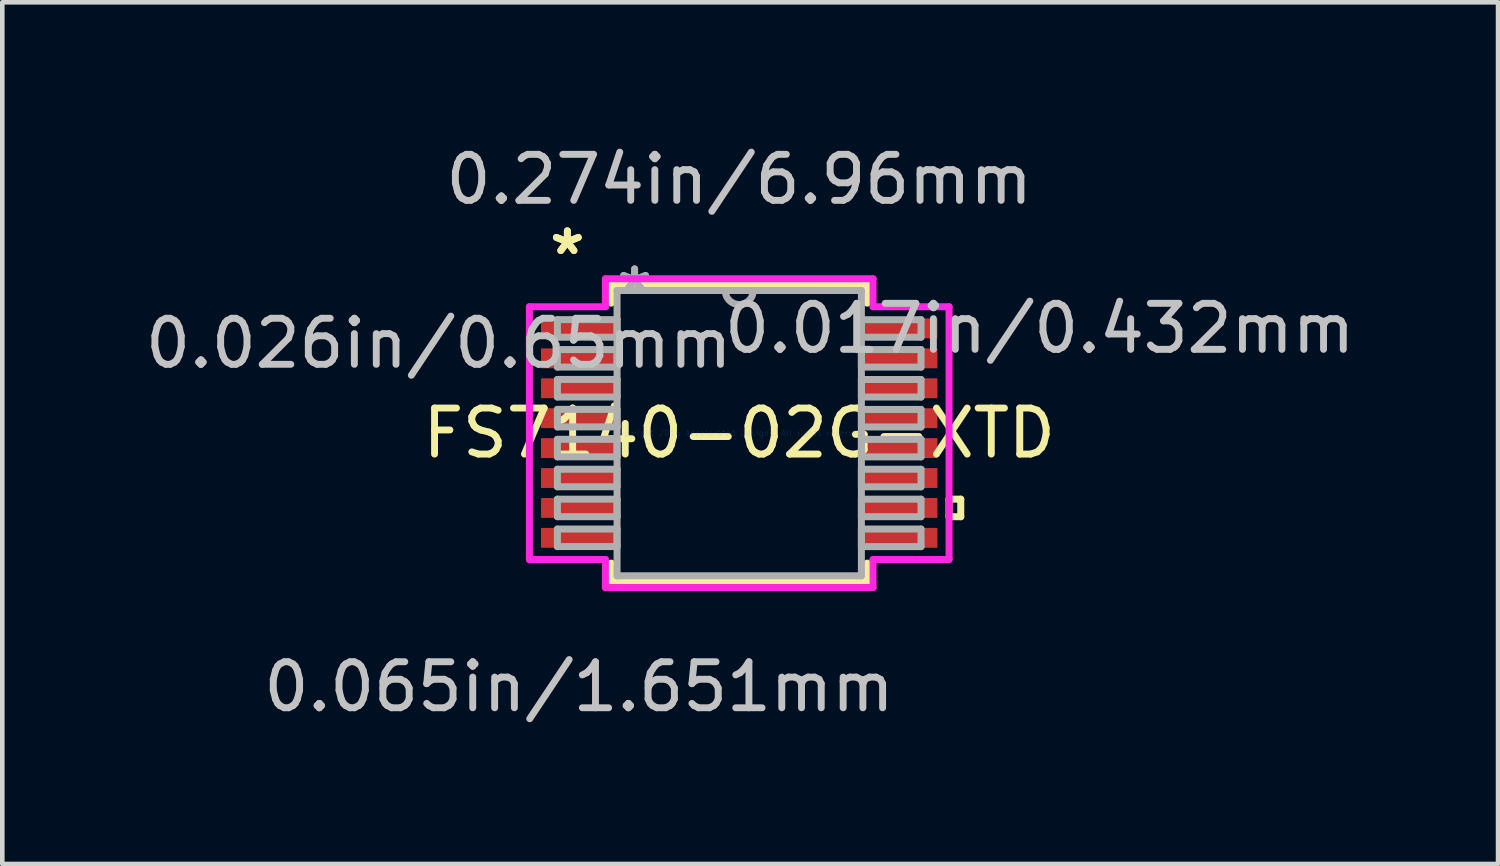
<source format=kicad_pcb>
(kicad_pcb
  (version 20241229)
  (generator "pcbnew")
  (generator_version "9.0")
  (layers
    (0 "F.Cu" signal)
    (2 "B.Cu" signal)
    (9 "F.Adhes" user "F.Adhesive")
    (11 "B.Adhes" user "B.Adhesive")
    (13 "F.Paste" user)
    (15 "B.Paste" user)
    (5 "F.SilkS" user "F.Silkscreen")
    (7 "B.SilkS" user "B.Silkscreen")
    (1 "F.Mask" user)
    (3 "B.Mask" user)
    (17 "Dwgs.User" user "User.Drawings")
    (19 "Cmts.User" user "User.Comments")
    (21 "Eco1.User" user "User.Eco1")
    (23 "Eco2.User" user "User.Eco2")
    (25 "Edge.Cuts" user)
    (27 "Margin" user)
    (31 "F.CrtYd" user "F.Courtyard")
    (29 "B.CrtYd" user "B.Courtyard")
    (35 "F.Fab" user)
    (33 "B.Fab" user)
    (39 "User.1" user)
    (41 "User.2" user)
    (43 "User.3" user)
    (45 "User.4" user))
  (footprint "FS7140-02G-XTD"
    (layer "F.Cu")
    (at 13.01 6.36)
    (property "Reference" "FS7140-02G-XTD" (at 0 0 0) (layer "F.SilkS") (effects (font (size 1 1) (thickness 0.15))))
    (attr through_hole)
    (fp_line (start -2.781 -3.226) (end -2.781 -2.824) (stroke (width 0.152) (type solid)) (layer "F.SilkS"))
    (fp_line (start -2.781 2.824) (end -2.781 3.226) (stroke (width 0.152) (type solid)) (layer "F.SilkS"))
    (fp_line (start -2.781 3.226) (end 2.781 3.226) (stroke (width 0.152) (type solid)) (layer "F.SilkS"))
    (fp_line (start 2.781 -3.226) (end -2.781 -3.226) (stroke (width 0.152) (type solid)) (layer "F.SilkS"))
    (fp_line (start 2.781 -2.824) (end 2.781 -3.226) (stroke (width 0.152) (type solid)) (layer "F.SilkS"))
    (fp_line (start 2.781 3.226) (end 2.781 2.824) (stroke (width 0.152) (type solid)) (layer "F.SilkS"))
    (fp_line (start 4.559 1.435) (end 4.813 1.435) (stroke (width 0.152) (type solid)) (layer "F.SilkS"))
    (fp_line (start 4.559 1.816) (end 4.559 1.435) (stroke (width 0.152) (type solid)) (layer "F.SilkS"))
    (fp_line (start 4.813 1.435) (end 4.813 1.816) (stroke (width 0.152) (type solid)) (layer "F.SilkS"))
    (fp_line (start 4.813 1.816) (end 4.559 1.816) (stroke (width 0.152) (type solid)) (layer "F.SilkS"))
    (fp_line (start -4.559 -2.745) (end -2.908 -2.745) (stroke (width 0.152) (type solid)) (layer "F.CrtYd"))
    (fp_line (start -4.559 2.745) (end -4.559 -2.745) (stroke (width 0.152) (type solid)) (layer "F.CrtYd"))
    (fp_line (start -2.908 -3.353) (end 2.908 -3.353) (stroke (width 0.152) (type solid)) (layer "F.CrtYd"))
    (fp_line (start -2.908 -2.745) (end -2.908 -3.353) (stroke (width 0.152) (type solid)) (layer "F.CrtYd"))
    (fp_line (start -2.908 2.745) (end -4.559 2.745) (stroke (width 0.152) (type solid)) (layer "F.CrtYd"))
    (fp_line (start -2.908 3.353) (end -2.908 2.745) (stroke (width 0.152) (type solid)) (layer "F.CrtYd"))
    (fp_line (start 2.908 -3.353) (end 2.908 -2.745) (stroke (width 0.152) (type solid)) (layer "F.CrtYd"))
    (fp_line (start 2.908 -2.745) (end 4.559 -2.745) (stroke (width 0.152) (type solid)) (layer "F.CrtYd"))
    (fp_line (start 2.908 2.745) (end 2.908 3.353) (stroke (width 0.152) (type solid)) (layer "F.CrtYd"))
    (fp_line (start 2.908 3.353) (end -2.908 3.353) (stroke (width 0.152) (type solid)) (layer "F.CrtYd"))
    (fp_line (start 4.559 -2.745) (end 4.559 2.745) (stroke (width 0.152) (type solid)) (layer "F.CrtYd"))
    (fp_line (start 4.559 2.745) (end 2.908 2.745) (stroke (width 0.152) (type solid)) (layer "F.CrtYd"))
    (fp_line (start -3.95 -2.466) (end -3.95 -2.084) (stroke (width 0.152) (type solid)) (layer "F.Fab"))
    (fp_line (start -3.95 -2.084) (end -2.654 -2.084) (stroke (width 0.152) (type solid)) (layer "F.Fab"))
    (fp_line (start -3.95 -1.816) (end -3.95 -1.435) (stroke (width 0.152) (type solid)) (layer "F.Fab"))
    (fp_line (start -3.95 -1.435) (end -2.654 -1.435) (stroke (width 0.152) (type solid)) (layer "F.Fab"))
    (fp_line (start -3.95 -1.166) (end -3.95 -0.785) (stroke (width 0.152) (type solid)) (layer "F.Fab"))
    (fp_line (start -3.95 -0.785) (end -2.654 -0.785) (stroke (width 0.152) (type solid)) (layer "F.Fab"))
    (fp_line (start -3.95 -0.516) (end -3.95 -0.135) (stroke (width 0.152) (type solid)) (layer "F.Fab"))
    (fp_line (start -3.95 -0.135) (end -2.654 -0.135) (stroke (width 0.152) (type solid)) (layer "F.Fab"))
    (fp_line (start -3.95 0.134) (end -3.95 0.515) (stroke (width 0.152) (type solid)) (layer "F.Fab"))
    (fp_line (start -3.95 0.515) (end -2.654 0.515) (stroke (width 0.152) (type solid)) (layer "F.Fab"))
    (fp_line (start -3.95 0.784) (end -3.95 1.165) (stroke (width 0.152) (type solid)) (layer "F.Fab"))
    (fp_line (start -3.95 1.165) (end -2.654 1.165) (stroke (width 0.152) (type solid)) (layer "F.Fab"))
    (fp_line (start -3.95 1.434) (end -3.95 1.815) (stroke (width 0.152) (type solid)) (layer "F.Fab"))
    (fp_line (start -3.95 1.815) (end -2.654 1.815) (stroke (width 0.152) (type solid)) (layer "F.Fab"))
    (fp_line (start -3.95 2.084) (end -3.95 2.465) (stroke (width 0.152) (type solid)) (layer "F.Fab"))
    (fp_line (start -3.95 2.465) (end -2.654 2.465) (stroke (width 0.152) (type solid)) (layer "F.Fab"))
    (fp_line (start -2.654 -3.099) (end -2.654 3.099) (stroke (width 0.152) (type solid)) (layer "F.Fab"))
    (fp_line (start -2.654 -2.466) (end -3.95 -2.466) (stroke (width 0.152) (type solid)) (layer "F.Fab"))
    (fp_line (start -2.654 -2.084) (end -2.654 -2.466) (stroke (width 0.152) (type solid)) (layer "F.Fab"))
    (fp_line (start -2.654 -1.816) (end -3.95 -1.816) (stroke (width 0.152) (type solid)) (layer "F.Fab"))
    (fp_line (start -2.654 -1.435) (end -2.654 -1.816) (stroke (width 0.152) (type solid)) (layer "F.Fab"))
    (fp_line (start -2.654 -1.166) (end -3.95 -1.166) (stroke (width 0.152) (type solid)) (layer "F.Fab"))
    (fp_line (start -2.654 -0.785) (end -2.654 -1.166) (stroke (width 0.152) (type solid)) (layer "F.Fab"))
    (fp_line (start -2.654 -0.516) (end -3.95 -0.516) (stroke (width 0.152) (type solid)) (layer "F.Fab"))
    (fp_line (start -2.654 -0.135) (end -2.654 -0.516) (stroke (width 0.152) (type solid)) (layer "F.Fab"))
    (fp_line (start -2.654 0.134) (end -3.95 0.134) (stroke (width 0.152) (type solid)) (layer "F.Fab"))
    (fp_line (start -2.654 0.515) (end -2.654 0.134) (stroke (width 0.152) (type solid)) (layer "F.Fab"))
    (fp_line (start -2.654 0.784) (end -3.95 0.784) (stroke (width 0.152) (type solid)) (layer "F.Fab"))
    (fp_line (start -2.654 1.165) (end -2.654 0.784) (stroke (width 0.152) (type solid)) (layer "F.Fab"))
    (fp_line (start -2.654 1.434) (end -3.95 1.434) (stroke (width 0.152) (type solid)) (layer "F.Fab"))
    (fp_line (start -2.654 1.815) (end -2.654 1.434) (stroke (width 0.152) (type solid)) (layer "F.Fab"))
    (fp_line (start -2.654 2.084) (end -3.95 2.084) (stroke (width 0.152) (type solid)) (layer "F.Fab"))
    (fp_line (start -2.654 2.465) (end -2.654 2.084) (stroke (width 0.152) (type solid)) (layer "F.Fab"))
    (fp_line (start -2.654 3.099) (end 2.654 3.099) (stroke (width 0.152) (type solid)) (layer "F.Fab"))
    (fp_line (start 2.654 -3.099) (end -2.654 -3.099) (stroke (width 0.152) (type solid)) (layer "F.Fab"))
    (fp_line (start 2.654 -2.465) (end 2.654 -2.084) (stroke (width 0.152) (type solid)) (layer "F.Fab"))
    (fp_line (start 2.654 -2.084) (end 3.95 -2.084) (stroke (width 0.152) (type solid)) (layer "F.Fab"))
    (fp_line (start 2.654 -1.815) (end 2.654 -1.434) (stroke (width 0.152) (type solid)) (layer "F.Fab"))
    (fp_line (start 2.654 -1.434) (end 3.95 -1.434) (stroke (width 0.152) (type solid)) (layer "F.Fab"))
    (fp_line (start 2.654 -1.165) (end 2.654 -0.784) (stroke (width 0.152) (type solid)) (layer "F.Fab"))
    (fp_line (start 2.654 -0.784) (end 3.95 -0.784) (stroke (width 0.152) (type solid)) (layer "F.Fab"))
    (fp_line (start 2.654 -0.515) (end 2.654 -0.134) (stroke (width 0.152) (type solid)) (layer "F.Fab"))
    (fp_line (start 2.654 -0.134) (end 3.95 -0.134) (stroke (width 0.152) (type solid)) (layer "F.Fab"))
    (fp_line (start 2.654 0.135) (end 2.654 0.516) (stroke (width 0.152) (type solid)) (layer "F.Fab"))
    (fp_line (start 2.654 0.516) (end 3.95 0.516) (stroke (width 0.152) (type solid)) (layer "F.Fab"))
    (fp_line (start 2.654 0.785) (end 2.654 1.166) (stroke (width 0.152) (type solid)) (layer "F.Fab"))
    (fp_line (start 2.654 1.166) (end 3.95 1.166) (stroke (width 0.152) (type solid)) (layer "F.Fab"))
    (fp_line (start 2.654 1.435) (end 2.654 1.816) (stroke (width 0.152) (type solid)) (layer "F.Fab"))
    (fp_line (start 2.654 1.816) (end 3.95 1.816) (stroke (width 0.152) (type solid)) (layer "F.Fab"))
    (fp_line (start 2.654 2.084) (end 2.654 2.466) (stroke (width 0.152) (type solid)) (layer "F.Fab"))
    (fp_line (start 2.654 2.466) (end 3.95 2.466) (stroke (width 0.152) (type solid)) (layer "F.Fab"))
    (fp_line (start 2.654 3.099) (end 2.654 -3.099) (stroke (width 0.152) (type solid)) (layer "F.Fab"))
    (fp_line (start 3.95 -2.465) (end 2.654 -2.465) (stroke (width 0.152) (type solid)) (layer "F.Fab"))
    (fp_line (start 3.95 -2.084) (end 3.95 -2.465) (stroke (width 0.152) (type solid)) (layer "F.Fab"))
    (fp_line (start 3.95 -1.815) (end 2.654 -1.815) (stroke (width 0.152) (type solid)) (layer "F.Fab"))
    (fp_line (start 3.95 -1.434) (end 3.95 -1.815) (stroke (width 0.152) (type solid)) (layer "F.Fab"))
    (fp_line (start 3.95 -1.165) (end 2.654 -1.165) (stroke (width 0.152) (type solid)) (layer "F.Fab"))
    (fp_line (start 3.95 -0.784) (end 3.95 -1.165) (stroke (width 0.152) (type solid)) (layer "F.Fab"))
    (fp_line (start 3.95 -0.515) (end 2.654 -0.515) (stroke (width 0.152) (type solid)) (layer "F.Fab"))
    (fp_line (start 3.95 -0.134) (end 3.95 -0.515) (stroke (width 0.152) (type solid)) (layer "F.Fab"))
    (fp_line (start 3.95 0.135) (end 2.654 0.135) (stroke (width 0.152) (type solid)) (layer "F.Fab"))
    (fp_line (start 3.95 0.516) (end 3.95 0.135) (stroke (width 0.152) (type solid)) (layer "F.Fab"))
    (fp_line (start 3.95 0.785) (end 2.654 0.785) (stroke (width 0.152) (type solid)) (layer "F.Fab"))
    (fp_line (start 3.95 1.166) (end 3.95 0.785) (stroke (width 0.152) (type solid)) (layer "F.Fab"))
    (fp_line (start 3.95 1.435) (end 2.654 1.435) (stroke (width 0.152) (type solid)) (layer "F.Fab"))
    (fp_line (start 3.95 1.816) (end 3.95 1.435) (stroke (width 0.152) (type solid)) (layer "F.Fab"))
    (fp_line (start 3.95 2.084) (end 2.654 2.084) (stroke (width 0.152) (type solid)) (layer "F.Fab"))
    (fp_line (start 3.95 2.466) (end 3.95 2.084) (stroke (width 0.152) (type solid)) (layer "F.Fab"))
    (fp_arc (start 0.3048 -3.0988) (mid 0 -2.794) (end -0.3048 -3.0988) (stroke (width 0.1524) (type solid)) (layer "F.Fab"))
    (fp_text user "*" (at -3.734 -3.85 0) (layer "F.SilkS") (effects (font (size 1 1) (thickness 0.15))))
    (fp_text user "*" (at -3.734 -3.85 0) (layer "F.SilkS") (effects (font (size 1 1) (thickness 0.15))))
    (fp_text user "0.065in/1.651mm" (at -3.48 5.512 0) (layer "Dwgs.User") (effects (font (size 1 1) (thickness 0.15))))
    (fp_text user "0.017in/0.432mm" (at 6.528 -2.275 0) (layer "Dwgs.User") (effects (font (size 1 1) (thickness 0.15))))
    (fp_text user "0.026in/0.65mm" (at -6.528 -1.95 0) (layer "Dwgs.User") (effects (font (size 1 1) (thickness 0.15))))
    (fp_text user "0.274in/6.96mm" (at 0 -5.512 0) (layer "Dwgs.User") (effects (font (size 1 1) (thickness 0.15))))
    (fp_text user "Copyright 2016 Accelerated Designs. All rights reserved." (at 0 0 0) (layer "Cmts.User") (effects (font (size 0.127 0.127) (thickness 0.002))))
    (fp_text user "*" (at -2.273 -3.023 0) (layer "F.Fab") (effects (font (size 1 1) (thickness 0.15))))
    (fp_text user "*" (at -2.273 -3.023 0) (layer "F.Fab") (effects (font (size 1 1) (thickness 0.15))))
    (pad "1" smd rect (at -3.48 -2.275) (size 1.651 0.432) (layers "F.Cu" "F.Mask" "F.Paste"))
    (pad "2" smd rect (at -3.48 -1.625) (size 1.651 0.432) (layers "F.Cu" "F.Mask" "F.Paste"))
    (pad "3" smd rect (at -3.48 -0.975) (size 1.651 0.432) (layers "F.Cu" "F.Mask" "F.Paste"))
    (pad "4" smd rect (at -3.48 -0.325) (size 1.651 0.432) (layers "F.Cu" "F.Mask" "F.Paste"))
    (pad "5" smd rect (at -3.48 0.325) (size 1.651 0.432) (layers "F.Cu" "F.Mask" "F.Paste"))
    (pad "6" smd rect (at -3.48 0.975) (size 1.651 0.432) (layers "F.Cu" "F.Mask" "F.Paste"))
    (pad "7" smd rect (at -3.48 1.625) (size 1.651 0.432) (layers "F.Cu" "F.Mask" "F.Paste"))
    (pad "8" smd rect (at -3.48 2.275) (size 1.651 0.432) (layers "F.Cu" "F.Mask" "F.Paste"))
    (pad "9" smd rect (at 3.48 2.275) (size 1.651 0.432) (layers "F.Cu" "F.Mask" "F.Paste"))
    (pad "10" smd rect (at 3.48 1.625) (size 1.651 0.432) (layers "F.Cu" "F.Mask" "F.Paste"))
    (pad "11" smd rect (at 3.48 0.975) (size 1.651 0.432) (layers "F.Cu" "F.Mask" "F.Paste"))
    (pad "12" smd rect (at 3.48 0.325) (size 1.651 0.432) (layers "F.Cu" "F.Mask" "F.Paste"))
    (pad "13" smd rect (at 3.48 -0.325) (size 1.651 0.432) (layers "F.Cu" "F.Mask" "F.Paste"))
    (pad "14" smd rect (at 3.48 -0.975) (size 1.651 0.432) (layers "F.Cu" "F.Mask" "F.Paste"))
    (pad "15" smd rect (at 3.48 -1.625) (size 1.651 0.432) (layers "F.Cu" "F.Mask" "F.Paste"))
    (pad "16" smd rect (at 3.48 -2.275) (size 1.651 0.432) (layers "F.Cu" "F.Mask" "F.Paste")))
  (gr_rect
    (start -3 -3)
    (end 29.496 15.72)
    (stroke (width 0.1) (type default))
    (fill no)
    (layer "Edge.Cuts")))
</source>
